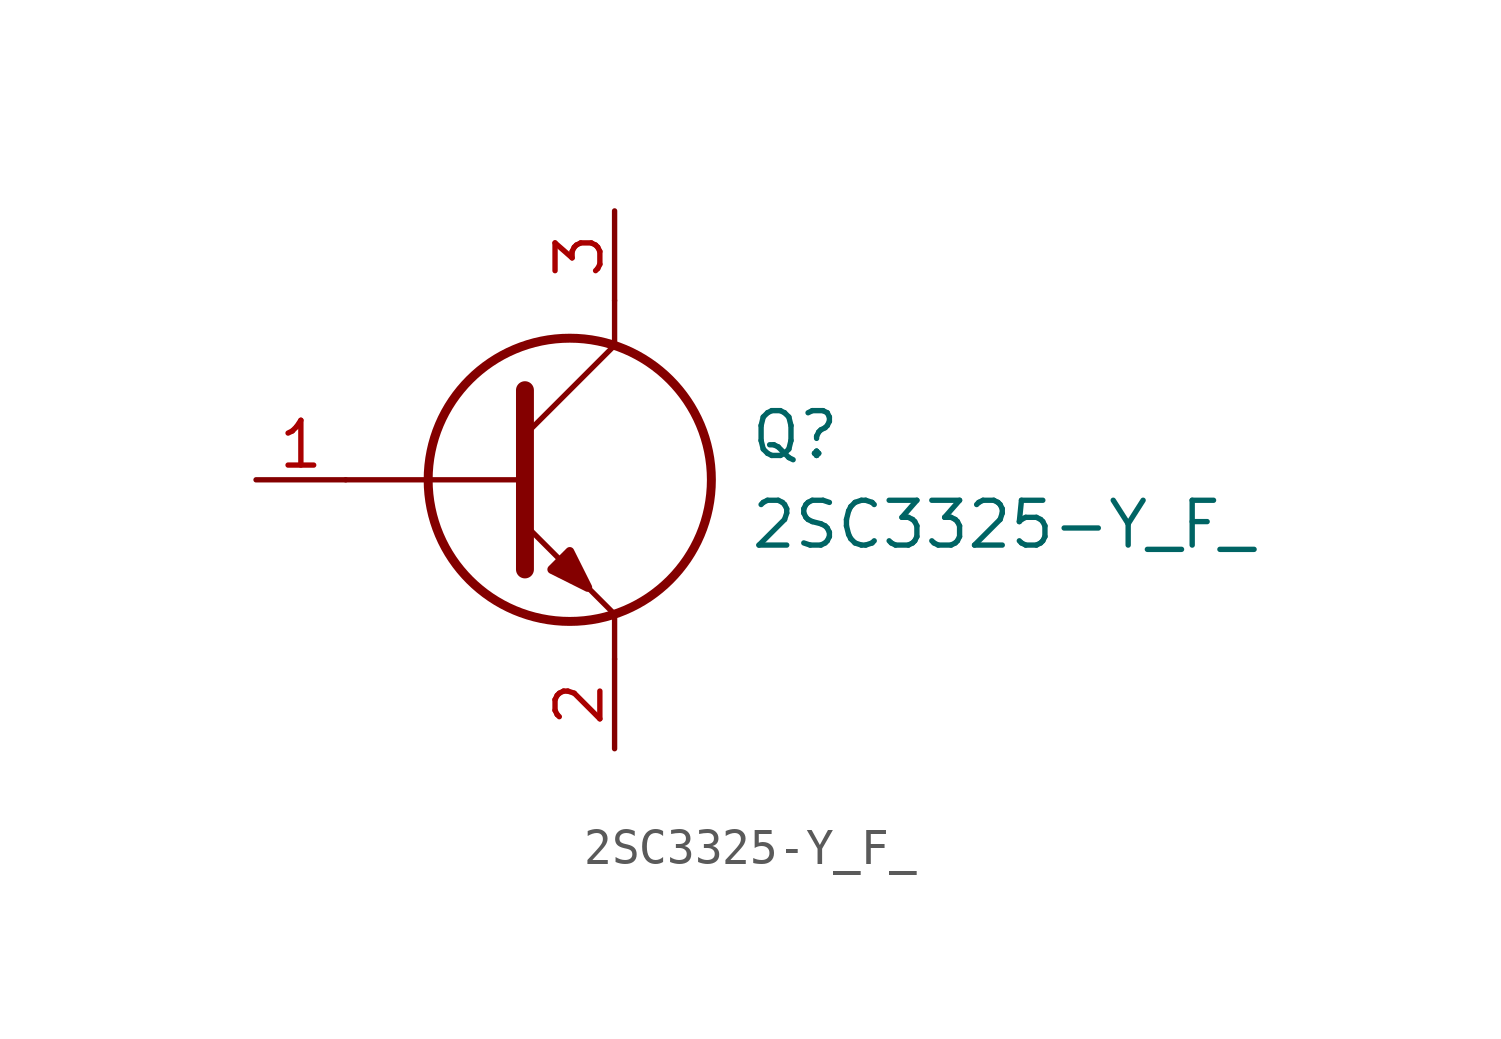
<source format=kicad_sym>
(kicad_symbol_lib
  (version 20211014)
  (generator kicad_symbol_editor)
  (symbol "2SC3325-Y_F_"
    (pin_names
      (offset 0.762))
    (property "Reference" "Q"
      (at 13.97 1.27 0)
      (effects (font (size 1.27 1.27)) (justify left)))
    (property "Value" "2SC3325-Y_F_"
      (at 13.97 -1.27 0)
      (effects (font (size 1.27 1.27)) (justify left)))
    (symbol "2SC3325-Y_F__0_0"
      (pin passive line (at 0 0 0) (length 2.54) (name "~" (effects (font (size 1.27 1.27)))) (number "1" (effects (font (size 1.27 1.27)))))
      (pin passive line (at 10.16 -7.62 90) (length 2.54) (name "~" (effects (font (size 1.27 1.27)))) (number "2" (effects (font (size 1.27 1.27)))))
      (pin passive line (at 10.16 7.62 270) (length 2.54) (name "~" (effects (font (size 1.27 1.27)))) (number "3" (effects (font (size 1.27 1.27))))))
    (symbol "2SC3325-Y_F__0_1"
      (polyline (pts (xy 2.54 0) (xy 7.62 0)) (stroke (width 0.152) (type default) (color 0 0 0 0)) (fill (type none)))
      (polyline (pts (xy 7.62 -1.27) (xy 10.16 -3.81)) (stroke (width 0.152) (type default) (color 0 0 0 0)) (fill (type none)))
      (polyline (pts (xy 7.62 1.27) (xy 10.16 3.81)) (stroke (width 0.152) (type default) (color 0 0 0 0)) (fill (type none)))
      (polyline (pts (xy 7.62 2.54) (xy 7.62 -2.54)) (stroke (width 0.508) (type default) (color 0 0 0 0)) (fill (type none)))
      (polyline (pts (xy 10.16 -3.81) (xy 10.16 -5.08)) (stroke (width 0.152) (type default) (color 0 0 0 0)) (fill (type none)))
      (polyline (pts (xy 10.16 3.81) (xy 10.16 5.08)) (stroke (width 0.152) (type default) (color 0 0 0 0)) (fill (type none)))
      (polyline (pts (xy 8.382 -2.54) (xy 8.89 -2.032) (xy 9.398 -3.048) (xy 8.382 -2.54)) (stroke (width 0.254) (type default) (color 0 0 0 0)) (fill (type outline)))
      (circle (center 8.89 0) (radius 4.013) (stroke (width 0.254) (type default) (color 0 0 0 0)) (fill (type none))))))
</source>
